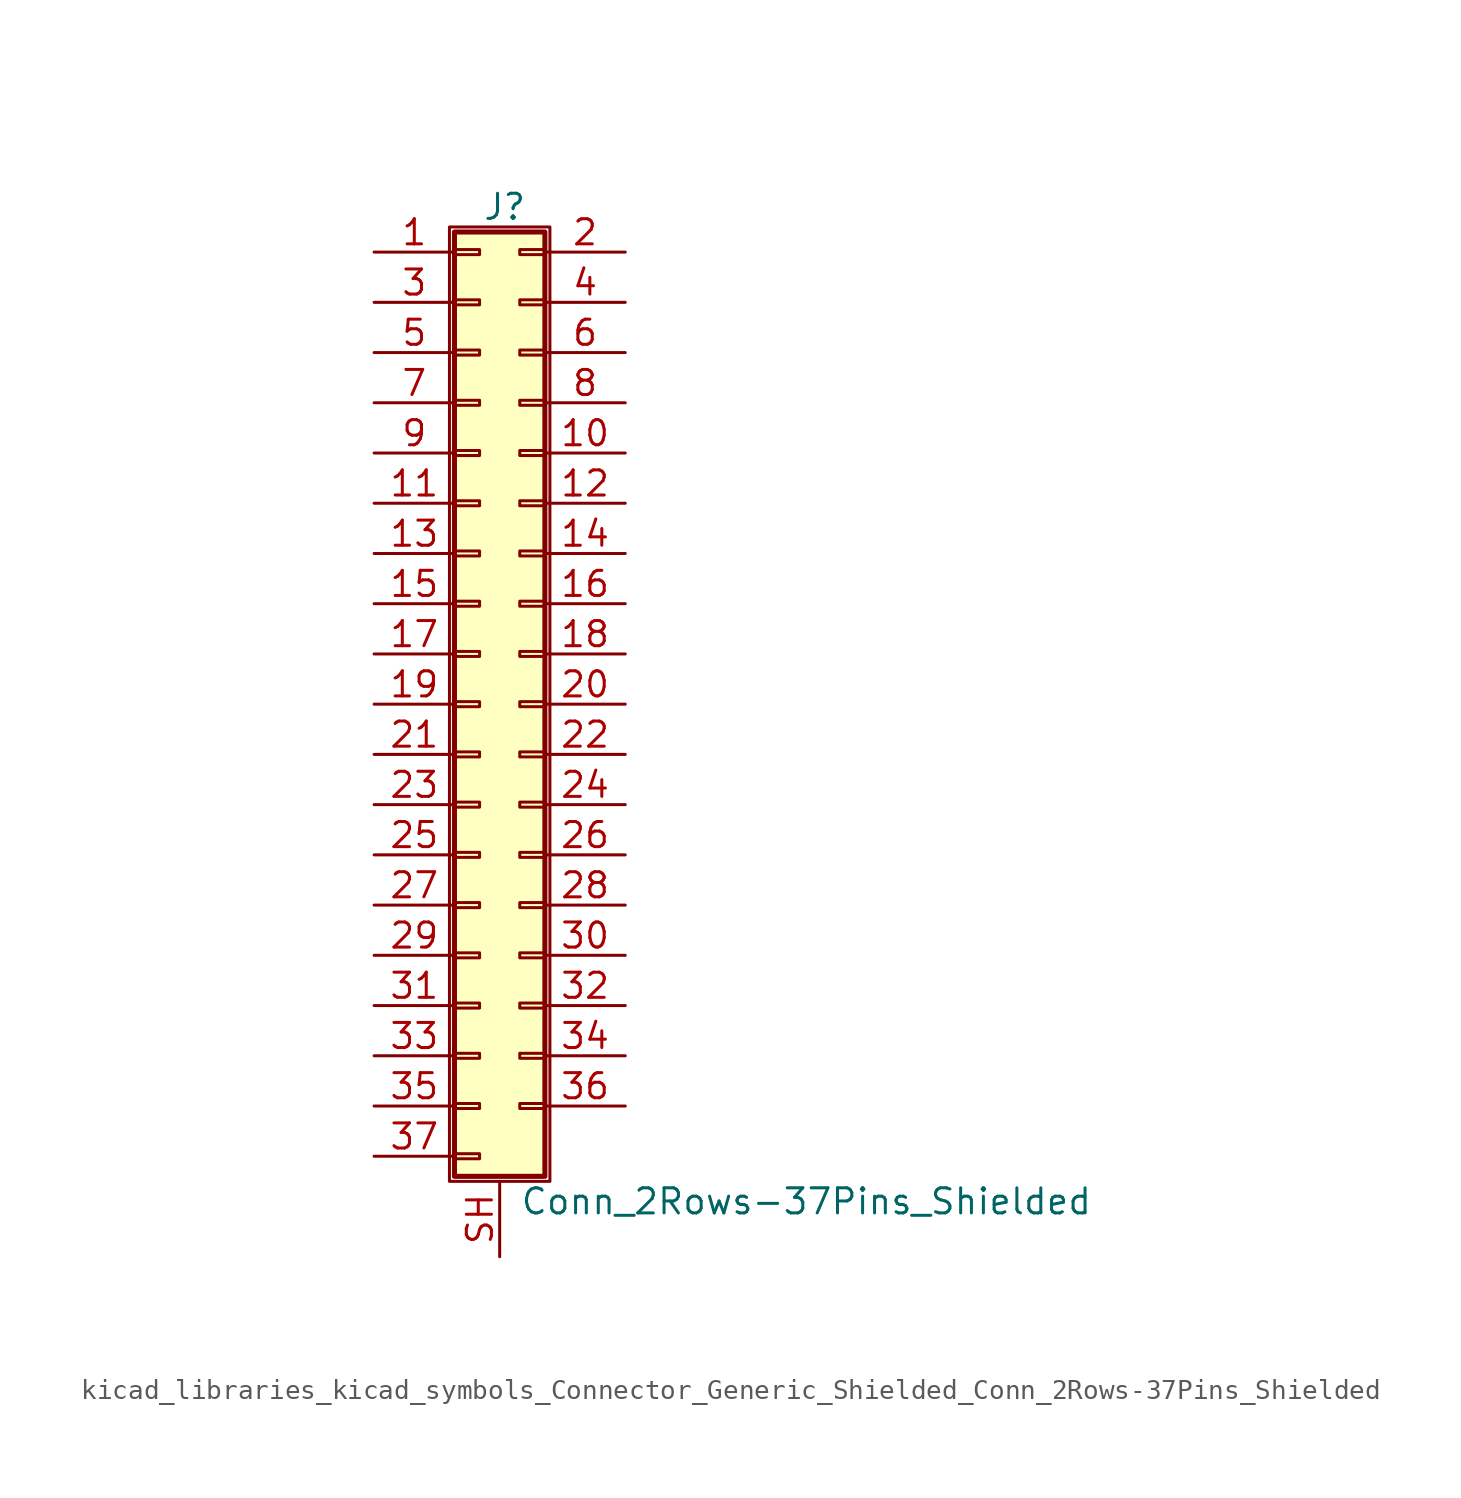
<source format=kicad_sym>
(kicad_symbol_lib
  (version 20220914)
  (generator kicad_symbol_editor)
  (symbol "kicad_libraries_kicad_symbols_Connector_Generic_Shielded_Conn_2Rows-37Pins_Shielded"
    (pin_names
      (offset 1.016) hide)
    (property "Reference" "J"
      (at 1.524 25.146 0)
      (effects (font (size 1.27 1.27))))
    (property "Value" "Conn_2Rows-37Pins_Shielded"
      (at 2.286 -25.146 0)
      (effects (font (size 1.27 1.27)) (justify left)))
    (symbol "kicad_libraries_kicad_symbols_Connector_Generic_Shielded_Conn_2Rows-37Pins_Shielded_1_1"
      (rectangle (start -1.27 24.13) (end 3.81 -24.13) (stroke (width 0.152) (type default)) (fill (type none)))
      (rectangle (start -1.016 -22.733) (end 0.254 -22.987) (stroke (width 0.152) (type default)) (fill (type none)))
      (rectangle (start -1.016 -20.193) (end 0.254 -20.447) (stroke (width 0.152) (type default)) (fill (type none)))
      (rectangle (start -1.016 -17.653) (end 0.254 -17.907) (stroke (width 0.152) (type default)) (fill (type none)))
      (rectangle (start -1.016 -15.113) (end 0.254 -15.367) (stroke (width 0.152) (type default)) (fill (type none)))
      (rectangle (start -1.016 -12.573) (end 0.254 -12.827) (stroke (width 0.152) (type default)) (fill (type none)))
      (rectangle (start -1.016 -10.033) (end 0.254 -10.287) (stroke (width 0.152) (type default)) (fill (type none)))
      (rectangle (start -1.016 -7.493) (end 0.254 -7.747) (stroke (width 0.152) (type default)) (fill (type none)))
      (rectangle (start -1.016 -4.953) (end 0.254 -5.207) (stroke (width 0.152) (type default)) (fill (type none)))
      (rectangle (start -1.016 -2.413) (end 0.254 -2.667) (stroke (width 0.152) (type default)) (fill (type none)))
      (rectangle (start -1.016 0.127) (end 0.254 -0.127) (stroke (width 0.152) (type default)) (fill (type none)))
      (rectangle (start -1.016 2.667) (end 0.254 2.413) (stroke (width 0.152) (type default)) (fill (type none)))
      (rectangle (start -1.016 5.207) (end 0.254 4.953) (stroke (width 0.152) (type default)) (fill (type none)))
      (rectangle (start -1.016 7.747) (end 0.254 7.493) (stroke (width 0.152) (type default)) (fill (type none)))
      (rectangle (start -1.016 10.287) (end 0.254 10.033) (stroke (width 0.152) (type default)) (fill (type none)))
      (rectangle (start -1.016 12.827) (end 0.254 12.573) (stroke (width 0.152) (type default)) (fill (type none)))
      (rectangle (start -1.016 15.367) (end 0.254 15.113) (stroke (width 0.152) (type default)) (fill (type none)))
      (rectangle (start -1.016 17.907) (end 0.254 17.653) (stroke (width 0.152) (type default)) (fill (type none)))
      (rectangle (start -1.016 20.447) (end 0.254 20.193) (stroke (width 0.152) (type default)) (fill (type none)))
      (rectangle (start -1.016 22.987) (end 0.254 22.733) (stroke (width 0.152) (type default)) (fill (type none)))
      (rectangle (start -1.016 23.876) (end 3.556 -23.876) (stroke (width 0.254) (type default)) (fill (type background)))
      (rectangle (start 3.556 -20.193) (end 2.286 -20.447) (stroke (width 0.152) (type default)) (fill (type none)))
      (rectangle (start 3.556 -17.653) (end 2.286 -17.907) (stroke (width 0.152) (type default)) (fill (type none)))
      (rectangle (start 3.556 -15.113) (end 2.286 -15.367) (stroke (width 0.152) (type default)) (fill (type none)))
      (rectangle (start 3.556 -12.573) (end 2.286 -12.827) (stroke (width 0.152) (type default)) (fill (type none)))
      (rectangle (start 3.556 -10.033) (end 2.286 -10.287) (stroke (width 0.152) (type default)) (fill (type none)))
      (rectangle (start 3.556 -7.493) (end 2.286 -7.747) (stroke (width 0.152) (type default)) (fill (type none)))
      (rectangle (start 3.556 -4.953) (end 2.286 -5.207) (stroke (width 0.152) (type default)) (fill (type none)))
      (rectangle (start 3.556 -2.413) (end 2.286 -2.667) (stroke (width 0.152) (type default)) (fill (type none)))
      (rectangle (start 3.556 0.127) (end 2.286 -0.127) (stroke (width 0.152) (type default)) (fill (type none)))
      (rectangle (start 3.556 2.667) (end 2.286 2.413) (stroke (width 0.152) (type default)) (fill (type none)))
      (rectangle (start 3.556 5.207) (end 2.286 4.953) (stroke (width 0.152) (type default)) (fill (type none)))
      (rectangle (start 3.556 7.747) (end 2.286 7.493) (stroke (width 0.152) (type default)) (fill (type none)))
      (rectangle (start 3.556 10.287) (end 2.286 10.033) (stroke (width 0.152) (type default)) (fill (type none)))
      (rectangle (start 3.556 12.827) (end 2.286 12.573) (stroke (width 0.152) (type default)) (fill (type none)))
      (rectangle (start 3.556 15.367) (end 2.286 15.113) (stroke (width 0.152) (type default)) (fill (type none)))
      (rectangle (start 3.556 17.907) (end 2.286 17.653) (stroke (width 0.152) (type default)) (fill (type none)))
      (rectangle (start 3.556 20.447) (end 2.286 20.193) (stroke (width 0.152) (type default)) (fill (type none)))
      (rectangle (start 3.556 22.987) (end 2.286 22.733) (stroke (width 0.152) (type default)) (fill (type none)))
      (pin passive line (at -5.08 22.86 0) (length 4.064) (name "Pin_1" (effects (font (size 1.27 1.27)))) (number "1" (effects (font (size 1.27 1.27)))))
      (pin passive line (at 7.62 12.7 180) (length 4.064) (name "Pin_10" (effects (font (size 1.27 1.27)))) (number "10" (effects (font (size 1.27 1.27)))))
      (pin passive line (at -5.08 10.16 0) (length 4.064) (name "Pin_11" (effects (font (size 1.27 1.27)))) (number "11" (effects (font (size 1.27 1.27)))))
      (pin passive line (at 7.62 10.16 180) (length 4.064) (name "Pin_12" (effects (font (size 1.27 1.27)))) (number "12" (effects (font (size 1.27 1.27)))))
      (pin passive line (at -5.08 7.62 0) (length 4.064) (name "Pin_13" (effects (font (size 1.27 1.27)))) (number "13" (effects (font (size 1.27 1.27)))))
      (pin passive line (at 7.62 7.62 180) (length 4.064) (name "Pin_14" (effects (font (size 1.27 1.27)))) (number "14" (effects (font (size 1.27 1.27)))))
      (pin passive line (at -5.08 5.08 0) (length 4.064) (name "Pin_15" (effects (font (size 1.27 1.27)))) (number "15" (effects (font (size 1.27 1.27)))))
      (pin passive line (at 7.62 5.08 180) (length 4.064) (name "Pin_16" (effects (font (size 1.27 1.27)))) (number "16" (effects (font (size 1.27 1.27)))))
      (pin passive line (at -5.08 2.54 0) (length 4.064) (name "Pin_17" (effects (font (size 1.27 1.27)))) (number "17" (effects (font (size 1.27 1.27)))))
      (pin passive line (at 7.62 2.54 180) (length 4.064) (name "Pin_18" (effects (font (size 1.27 1.27)))) (number "18" (effects (font (size 1.27 1.27)))))
      (pin passive line (at -5.08 0 0) (length 4.064) (name "Pin_19" (effects (font (size 1.27 1.27)))) (number "19" (effects (font (size 1.27 1.27)))))
      (pin passive line (at 7.62 22.86 180) (length 4.064) (name "Pin_2" (effects (font (size 1.27 1.27)))) (number "2" (effects (font (size 1.27 1.27)))))
      (pin passive line (at 7.62 0 180) (length 4.064) (name "Pin_20" (effects (font (size 1.27 1.27)))) (number "20" (effects (font (size 1.27 1.27)))))
      (pin passive line (at -5.08 -2.54 0) (length 4.064) (name "Pin_21" (effects (font (size 1.27 1.27)))) (number "21" (effects (font (size 1.27 1.27)))))
      (pin passive line (at 7.62 -2.54 180) (length 4.064) (name "Pin_22" (effects (font (size 1.27 1.27)))) (number "22" (effects (font (size 1.27 1.27)))))
      (pin passive line (at -5.08 -5.08 0) (length 4.064) (name "Pin_23" (effects (font (size 1.27 1.27)))) (number "23" (effects (font (size 1.27 1.27)))))
      (pin passive line (at 7.62 -5.08 180) (length 4.064) (name "Pin_24" (effects (font (size 1.27 1.27)))) (number "24" (effects (font (size 1.27 1.27)))))
      (pin passive line (at -5.08 -7.62 0) (length 4.064) (name "Pin_25" (effects (font (size 1.27 1.27)))) (number "25" (effects (font (size 1.27 1.27)))))
      (pin passive line (at 7.62 -7.62 180) (length 4.064) (name "Pin_26" (effects (font (size 1.27 1.27)))) (number "26" (effects (font (size 1.27 1.27)))))
      (pin passive line (at -5.08 -10.16 0) (length 4.064) (name "Pin_27" (effects (font (size 1.27 1.27)))) (number "27" (effects (font (size 1.27 1.27)))))
      (pin passive line (at 7.62 -10.16 180) (length 4.064) (name "Pin_28" (effects (font (size 1.27 1.27)))) (number "28" (effects (font (size 1.27 1.27)))))
      (pin passive line (at -5.08 -12.7 0) (length 4.064) (name "Pin_29" (effects (font (size 1.27 1.27)))) (number "29" (effects (font (size 1.27 1.27)))))
      (pin passive line (at -5.08 20.32 0) (length 4.064) (name "Pin_3" (effects (font (size 1.27 1.27)))) (number "3" (effects (font (size 1.27 1.27)))))
      (pin passive line (at 7.62 -12.7 180) (length 4.064) (name "Pin_30" (effects (font (size 1.27 1.27)))) (number "30" (effects (font (size 1.27 1.27)))))
      (pin passive line (at -5.08 -15.24 0) (length 4.064) (name "Pin_31" (effects (font (size 1.27 1.27)))) (number "31" (effects (font (size 1.27 1.27)))))
      (pin passive line (at 7.62 -15.24 180) (length 4.064) (name "Pin_32" (effects (font (size 1.27 1.27)))) (number "32" (effects (font (size 1.27 1.27)))))
      (pin passive line (at -5.08 -17.78 0) (length 4.064) (name "Pin_33" (effects (font (size 1.27 1.27)))) (number "33" (effects (font (size 1.27 1.27)))))
      (pin passive line (at 7.62 -17.78 180) (length 4.064) (name "Pin_34" (effects (font (size 1.27 1.27)))) (number "34" (effects (font (size 1.27 1.27)))))
      (pin passive line (at -5.08 -20.32 0) (length 4.064) (name "Pin_35" (effects (font (size 1.27 1.27)))) (number "35" (effects (font (size 1.27 1.27)))))
      (pin passive line (at 7.62 -20.32 180) (length 4.064) (name "Pin_36" (effects (font (size 1.27 1.27)))) (number "36" (effects (font (size 1.27 1.27)))))
      (pin passive line (at -5.08 -22.86 0) (length 4.064) (name "Pin_37" (effects (font (size 1.27 1.27)))) (number "37" (effects (font (size 1.27 1.27)))))
      (pin passive line (at 7.62 20.32 180) (length 4.064) (name "Pin_4" (effects (font (size 1.27 1.27)))) (number "4" (effects (font (size 1.27 1.27)))))
      (pin passive line (at -5.08 17.78 0) (length 4.064) (name "Pin_5" (effects (font (size 1.27 1.27)))) (number "5" (effects (font (size 1.27 1.27)))))
      (pin passive line (at 7.62 17.78 180) (length 4.064) (name "Pin_6" (effects (font (size 1.27 1.27)))) (number "6" (effects (font (size 1.27 1.27)))))
      (pin passive line (at -5.08 15.24 0) (length 4.064) (name "Pin_7" (effects (font (size 1.27 1.27)))) (number "7" (effects (font (size 1.27 1.27)))))
      (pin passive line (at 7.62 15.24 180) (length 4.064) (name "Pin_8" (effects (font (size 1.27 1.27)))) (number "8" (effects (font (size 1.27 1.27)))))
      (pin passive line (at -5.08 12.7 0) (length 4.064) (name "Pin_9" (effects (font (size 1.27 1.27)))) (number "9" (effects (font (size 1.27 1.27)))))
      (pin passive line (at 1.27 -27.94 90) (length 3.81) (name "Shield" (effects (font (size 1.27 1.27)))) (number "SH" (effects (font (size 1.27 1.27))))))))
</source>
